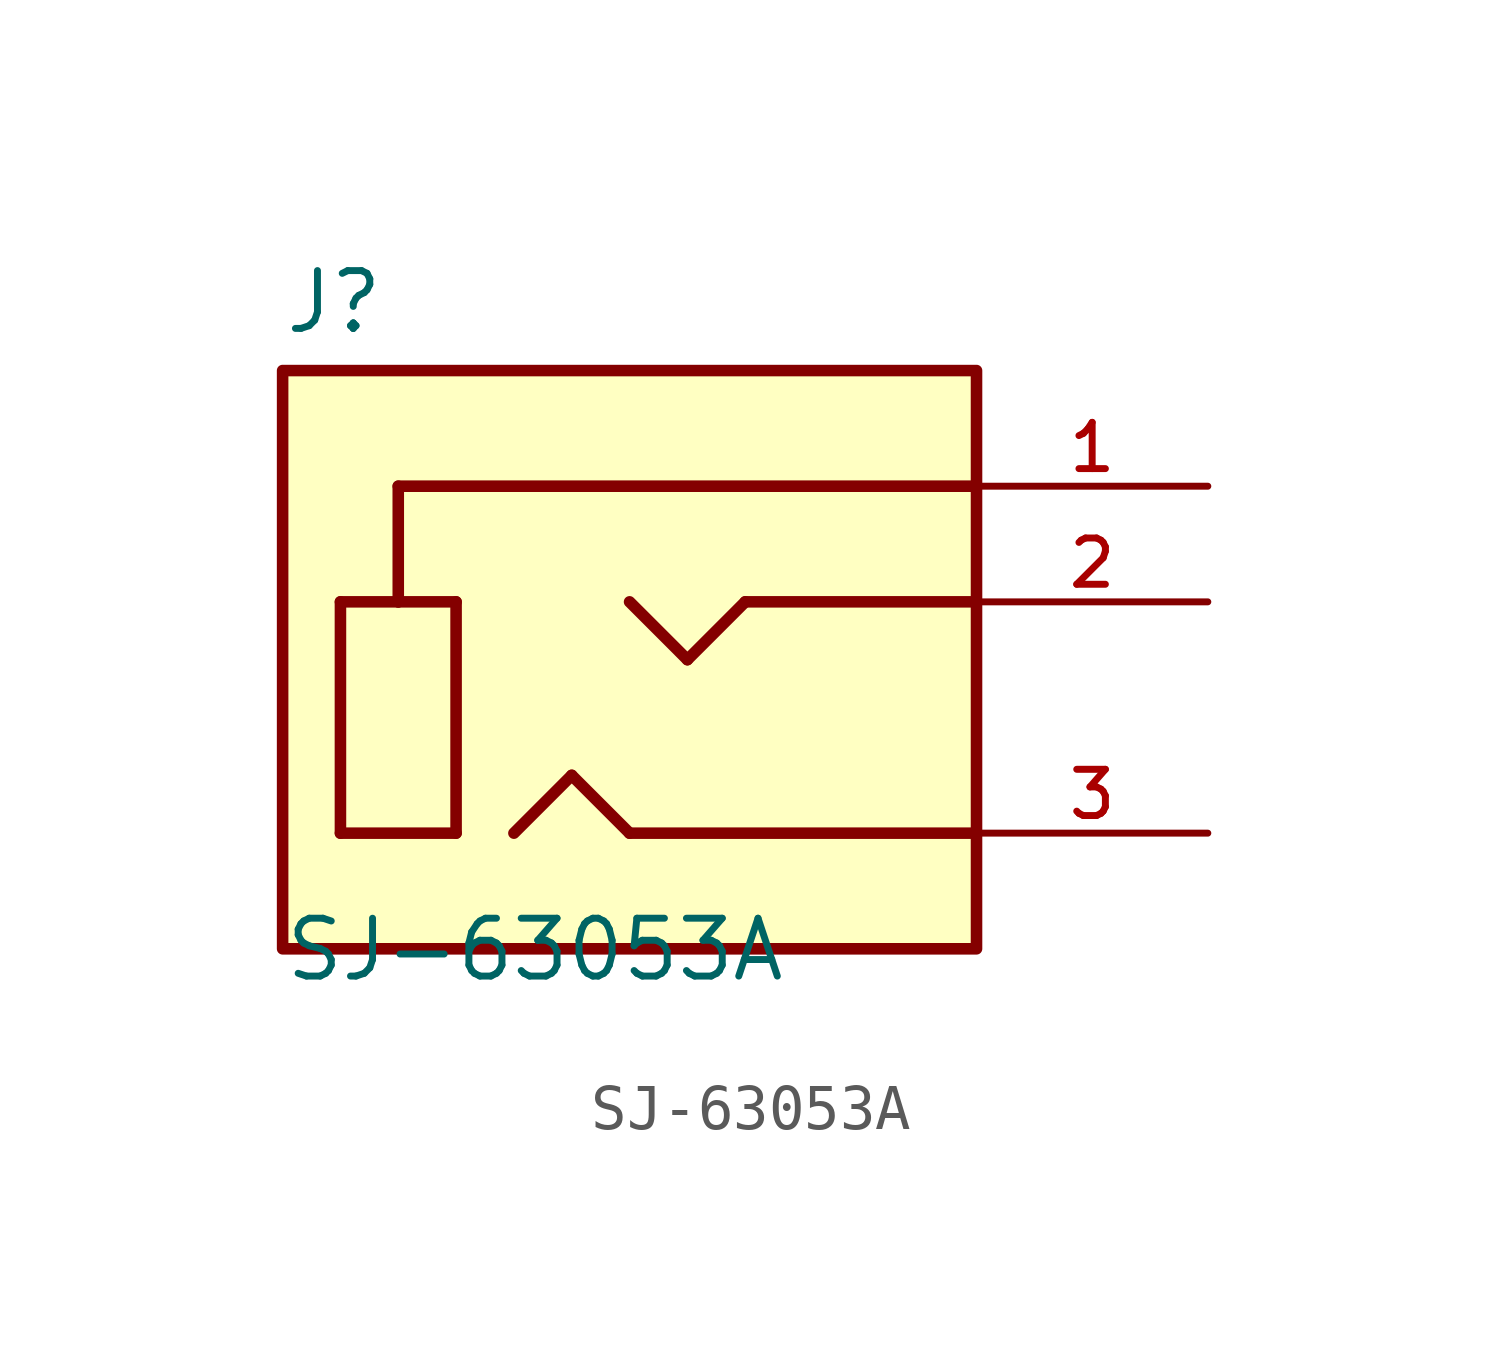
<source format=kicad_sym>
(kicad_symbol_lib
  (version 20220914)
  (generator kicad_symbol_editor)
  (symbol "SJ-63053A"
    (pin_names
      (offset 1.016) hide)
    (property "Reference" "J"
      (at -7.62 5.842 0)
      (effects (font (size 1.27 1.27)) (justify left bottom)))
    (property "Value" "SJ-63053A"
      (at -7.62 -8.382 0)
      (effects (font (size 1.27 1.27)) (justify left bottom)))
    (property "ki_locked" ""
      (at 0 0 0)
      (effects (font (size 1.27 1.27))))
    (symbol "SJ-63053A_0_0"
      (rectangle (start -7.62 -7.62) (end 7.62 5.08) (stroke (width 0.254) (type solid)) (fill (type background)))
      (polyline (pts (xy -6.35 -5.08) (xy -6.35 0)) (stroke (width 0.254) (type solid)) (fill (type none)))
      (polyline (pts (xy -6.35 0) (xy -5.08 0)) (stroke (width 0.254) (type solid)) (fill (type none)))
      (polyline (pts (xy -5.08 0) (xy -5.08 2.54)) (stroke (width 0.254) (type solid)) (fill (type none)))
      (polyline (pts (xy -5.08 0) (xy -3.81 0)) (stroke (width 0.254) (type solid)) (fill (type none)))
      (polyline (pts (xy -5.08 2.54) (xy 7.62 2.54)) (stroke (width 0.254) (type solid)) (fill (type none)))
      (polyline (pts (xy -3.81 -5.08) (xy -6.35 -5.08)) (stroke (width 0.254) (type solid)) (fill (type none)))
      (polyline (pts (xy -3.81 0) (xy -3.81 -5.08)) (stroke (width 0.254) (type solid)) (fill (type none)))
      (polyline (pts (xy -2.54 -5.08) (xy -1.27 -3.81)) (stroke (width 0.254) (type solid)) (fill (type none)))
      (polyline (pts (xy -1.27 -3.81) (xy 0 -5.08)) (stroke (width 0.254) (type solid)) (fill (type none)))
      (polyline (pts (xy 0 -5.08) (xy 7.62 -5.08)) (stroke (width 0.254) (type solid)) (fill (type none)))
      (polyline (pts (xy 0 0) (xy 1.27 -1.27)) (stroke (width 0.254) (type solid)) (fill (type none)))
      (polyline (pts (xy 1.27 -1.27) (xy 2.54 0)) (stroke (width 0.254) (type solid)) (fill (type none)))
      (polyline (pts (xy 2.54 0) (xy 7.62 0)) (stroke (width 0.254) (type solid)) (fill (type none)))
      (pin passive line (at 12.7 2.54 180) (length 5.08) (name "~" (effects (font (size 1.016 1.016)))) (number "1" (effects (font (size 1.016 1.016)))))
      (pin passive line (at 12.7 0 180) (length 5.08) (name "~" (effects (font (size 1.016 1.016)))) (number "2" (effects (font (size 1.016 1.016)))))
      (pin passive line (at 12.7 -5.08 180) (length 5.08) (name "~" (effects (font (size 1.016 1.016)))) (number "3" (effects (font (size 1.016 1.016))))))))
</source>
